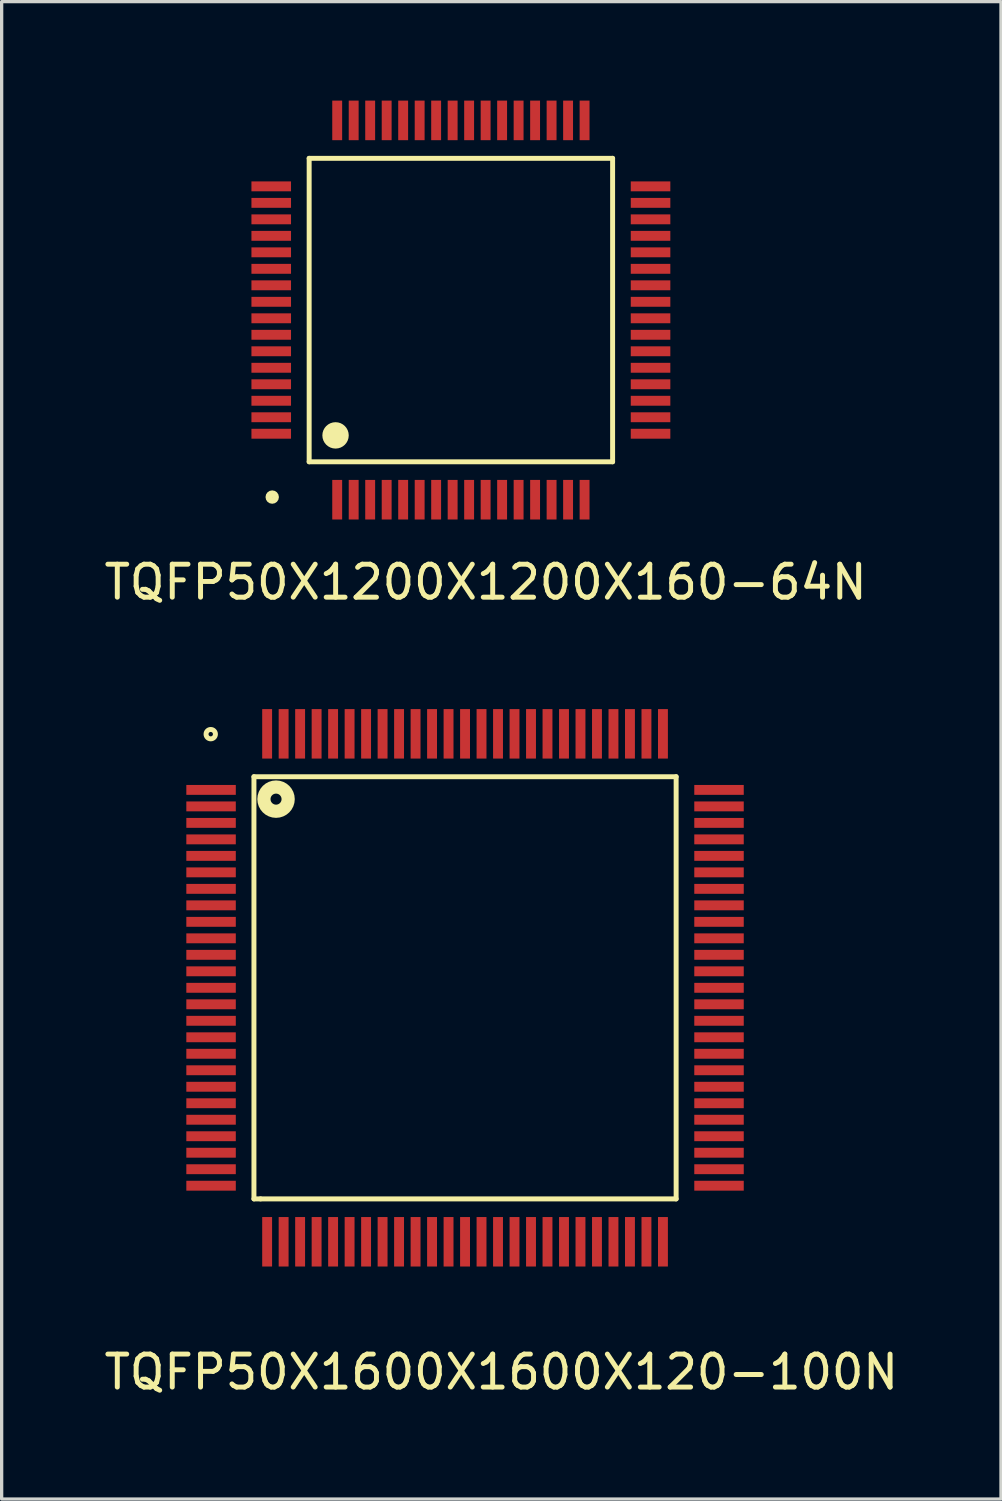
<source format=kicad_pcb>
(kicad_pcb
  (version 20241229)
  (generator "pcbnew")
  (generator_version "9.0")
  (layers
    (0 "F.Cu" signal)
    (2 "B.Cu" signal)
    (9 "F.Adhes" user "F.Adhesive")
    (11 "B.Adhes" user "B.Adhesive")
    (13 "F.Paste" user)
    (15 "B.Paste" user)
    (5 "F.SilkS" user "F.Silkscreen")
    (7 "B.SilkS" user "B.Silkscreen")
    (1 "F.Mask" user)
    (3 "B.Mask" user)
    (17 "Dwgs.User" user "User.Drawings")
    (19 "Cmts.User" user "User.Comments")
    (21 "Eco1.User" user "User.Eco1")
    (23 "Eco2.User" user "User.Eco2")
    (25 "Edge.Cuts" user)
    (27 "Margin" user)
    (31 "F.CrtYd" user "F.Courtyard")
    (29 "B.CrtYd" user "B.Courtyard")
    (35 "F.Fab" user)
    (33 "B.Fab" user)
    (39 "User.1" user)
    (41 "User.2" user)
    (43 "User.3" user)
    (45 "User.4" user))
  (footprint "TQFP50X1200X1200X160-64N"
    (layer "F.Cu")
    (at 10.923 6.35)
    (property "Reference" "TQFP50X1200X1200X160-64N" (at 0.75 8.25 0) (layer "F.SilkS") (effects (font (size 1 1) (thickness 0.15))))
    (attr through_hole)
    (fp_line (start -4.6 -4.6) (end -4.6 4.6) (stroke (width 0.15) (type solid)) (layer "F.SilkS"))
    (fp_line (start -4.6 4.6) (end 4.6 4.6) (stroke (width 0.15) (type solid)) (layer "F.SilkS"))
    (fp_line (start 4.6 -4.6) (end -4.6 -4.6) (stroke (width 0.15) (type solid)) (layer "F.SilkS"))
    (fp_line (start 4.6 4.6) (end 4.6 -4.6) (stroke (width 0.15) (type solid)) (layer "F.SilkS"))
    (fp_circle (center -5.72 5.67) (end -5.63 5.72) (stroke (width 0.2) (type solid)) (fill no) (layer "F.SilkS"))
    (fp_circle (center -3.8 3.8) (end -3.6 3.8) (stroke (width 0.4) (type solid)) (fill no) (layer "F.SilkS"))
    (pad "1" smd rect (at -3.75 5.75) (size 0.3 1.2) (layers "F.Cu" "F.Mask" "F.Paste"))
    (pad "2" smd rect (at -3.25 5.75) (size 0.3 1.2) (layers "F.Cu" "F.Mask" "F.Paste"))
    (pad "3" smd rect (at -2.75 5.75) (size 0.3 1.2) (layers "F.Cu" "F.Mask" "F.Paste"))
    (pad "4" smd rect (at -2.25 5.75) (size 0.3 1.2) (layers "F.Cu" "F.Mask" "F.Paste"))
    (pad "5" smd rect (at -1.75 5.75) (size 0.3 1.2) (layers "F.Cu" "F.Mask" "F.Paste"))
    (pad "6" smd rect (at -1.25 5.75) (size 0.3 1.2) (layers "F.Cu" "F.Mask" "F.Paste"))
    (pad "7" smd rect (at -0.75 5.75) (size 0.3 1.2) (layers "F.Cu" "F.Mask" "F.Paste"))
    (pad "8" smd rect (at -0.25 5.75) (size 0.3 1.2) (layers "F.Cu" "F.Mask" "F.Paste"))
    (pad "9" smd rect (at 0.25 5.75) (size 0.3 1.2) (layers "F.Cu" "F.Mask" "F.Paste"))
    (pad "10" smd rect (at 0.75 5.75) (size 0.3 1.2) (layers "F.Cu" "F.Mask" "F.Paste"))
    (pad "11" smd rect (at 1.25 5.75) (size 0.3 1.2) (layers "F.Cu" "F.Mask" "F.Paste"))
    (pad "12" smd rect (at 1.75 5.75) (size 0.3 1.2) (layers "F.Cu" "F.Mask" "F.Paste"))
    (pad "13" smd rect (at 2.25 5.75) (size 0.3 1.2) (layers "F.Cu" "F.Mask" "F.Paste"))
    (pad "14" smd rect (at 2.75 5.75) (size 0.3 1.2) (layers "F.Cu" "F.Mask" "F.Paste"))
    (pad "15" smd rect (at 3.25 5.75) (size 0.3 1.2) (layers "F.Cu" "F.Mask" "F.Paste"))
    (pad "16" smd rect (at 3.75 5.75) (size 0.3 1.2) (layers "F.Cu" "F.Mask" "F.Paste"))
    (pad "17" smd rect (at 5.75 3.75 90) (size 0.3 1.2) (layers "F.Cu" "F.Mask" "F.Paste"))
    (pad "18" smd rect (at 5.75 3.25 90) (size 0.3 1.2) (layers "F.Cu" "F.Mask" "F.Paste"))
    (pad "19" smd rect (at 5.75 2.75 90) (size 0.3 1.2) (layers "F.Cu" "F.Mask" "F.Paste"))
    (pad "20" smd rect (at 5.75 2.25 90) (size 0.3 1.2) (layers "F.Cu" "F.Mask" "F.Paste"))
    (pad "21" smd rect (at 5.75 1.75 90) (size 0.3 1.2) (layers "F.Cu" "F.Mask" "F.Paste"))
    (pad "22" smd rect (at 5.75 1.25 90) (size 0.3 1.2) (layers "F.Cu" "F.Mask" "F.Paste"))
    (pad "23" smd rect (at 5.75 0.75 90) (size 0.3 1.2) (layers "F.Cu" "F.Mask" "F.Paste"))
    (pad "24" smd rect (at 5.75 0.25 90) (size 0.3 1.2) (layers "F.Cu" "F.Mask" "F.Paste"))
    (pad "25" smd rect (at 5.75 -0.25 90) (size 0.3 1.2) (layers "F.Cu" "F.Mask" "F.Paste"))
    (pad "26" smd rect (at 5.75 -0.75 90) (size 0.3 1.2) (layers "F.Cu" "F.Mask" "F.Paste"))
    (pad "27" smd rect (at 5.75 -1.25 90) (size 0.3 1.2) (layers "F.Cu" "F.Mask" "F.Paste"))
    (pad "28" smd rect (at 5.75 -1.75 90) (size 0.3 1.2) (layers "F.Cu" "F.Mask" "F.Paste"))
    (pad "29" smd rect (at 5.75 -2.25 90) (size 0.3 1.2) (layers "F.Cu" "F.Mask" "F.Paste"))
    (pad "30" smd rect (at 5.75 -2.75 90) (size 0.3 1.2) (layers "F.Cu" "F.Mask" "F.Paste"))
    (pad "31" smd rect (at 5.75 -3.25 90) (size 0.3 1.2) (layers "F.Cu" "F.Mask" "F.Paste"))
    (pad "32" smd rect (at 5.75 -3.75 90) (size 0.3 1.2) (layers "F.Cu" "F.Mask" "F.Paste"))
    (pad "33" smd rect (at 3.75 -5.75) (size 0.3 1.2) (layers "F.Cu" "F.Mask" "F.Paste"))
    (pad "34" smd rect (at 3.25 -5.75) (size 0.3 1.2) (layers "F.Cu" "F.Mask" "F.Paste"))
    (pad "35" smd rect (at 2.75 -5.75) (size 0.3 1.2) (layers "F.Cu" "F.Mask" "F.Paste"))
    (pad "36" smd rect (at 2.25 -5.75) (size 0.3 1.2) (layers "F.Cu" "F.Mask" "F.Paste"))
    (pad "37" smd rect (at 1.75 -5.75) (size 0.3 1.2) (layers "F.Cu" "F.Mask" "F.Paste"))
    (pad "38" smd rect (at 1.25 -5.75) (size 0.3 1.2) (layers "F.Cu" "F.Mask" "F.Paste"))
    (pad "39" smd rect (at 0.75 -5.75) (size 0.3 1.2) (layers "F.Cu" "F.Mask" "F.Paste"))
    (pad "40" smd rect (at 0.25 -5.75) (size 0.3 1.2) (layers "F.Cu" "F.Mask" "F.Paste"))
    (pad "41" smd rect (at -0.25 -5.75) (size 0.3 1.2) (layers "F.Cu" "F.Mask" "F.Paste"))
    (pad "42" smd rect (at -0.75 -5.75) (size 0.3 1.2) (layers "F.Cu" "F.Mask" "F.Paste"))
    (pad "43" smd rect (at -1.25 -5.75) (size 0.3 1.2) (layers "F.Cu" "F.Mask" "F.Paste"))
    (pad "44" smd rect (at -1.75 -5.75) (size 0.3 1.2) (layers "F.Cu" "F.Mask" "F.Paste"))
    (pad "45" smd rect (at -2.25 -5.75) (size 0.3 1.2) (layers "F.Cu" "F.Mask" "F.Paste"))
    (pad "46" smd rect (at -2.75 -5.75) (size 0.3 1.2) (layers "F.Cu" "F.Mask" "F.Paste"))
    (pad "47" smd rect (at -3.25 -5.75) (size 0.3 1.2) (layers "F.Cu" "F.Mask" "F.Paste"))
    (pad "48" smd rect (at -3.75 -5.75) (size 0.3 1.2) (layers "F.Cu" "F.Mask" "F.Paste"))
    (pad "49" smd rect (at -5.75 -3.75 90) (size 0.3 1.2) (layers "F.Cu" "F.Mask" "F.Paste"))
    (pad "50" smd rect (at -5.75 -3.25 90) (size 0.3 1.2) (layers "F.Cu" "F.Mask" "F.Paste"))
    (pad "51" smd rect (at -5.75 -2.75 90) (size 0.3 1.2) (layers "F.Cu" "F.Mask" "F.Paste"))
    (pad "52" smd rect (at -5.75 -2.25 90) (size 0.3 1.2) (layers "F.Cu" "F.Mask" "F.Paste"))
    (pad "53" smd rect (at -5.75 -1.75 90) (size 0.3 1.2) (layers "F.Cu" "F.Mask" "F.Paste"))
    (pad "54" smd rect (at -5.75 -1.25 90) (size 0.3 1.2) (layers "F.Cu" "F.Mask" "F.Paste"))
    (pad "55" smd rect (at -5.75 -0.75 90) (size 0.3 1.2) (layers "F.Cu" "F.Mask" "F.Paste"))
    (pad "56" smd rect (at -5.75 -0.25 90) (size 0.3 1.2) (layers "F.Cu" "F.Mask" "F.Paste"))
    (pad "57" smd rect (at -5.75 0.25 90) (size 0.3 1.2) (layers "F.Cu" "F.Mask" "F.Paste"))
    (pad "58" smd rect (at -5.75 0.75 90) (size 0.3 1.2) (layers "F.Cu" "F.Mask" "F.Paste"))
    (pad "59" smd rect (at -5.75 1.25 90) (size 0.3 1.2) (layers "F.Cu" "F.Mask" "F.Paste"))
    (pad "60" smd rect (at -5.75 1.75 90) (size 0.3 1.2) (layers "F.Cu" "F.Mask" "F.Paste"))
    (pad "61" smd rect (at -5.75 2.25 90) (size 0.3 1.2) (layers "F.Cu" "F.Mask" "F.Paste"))
    (pad "62" smd rect (at -5.75 2.75 90) (size 0.3 1.2) (layers "F.Cu" "F.Mask" "F.Paste"))
    (pad "63" smd rect (at -5.75 3.25 90) (size 0.3 1.2) (layers "F.Cu" "F.Mask" "F.Paste"))
    (pad "64" smd rect (at -5.75 3.75 90) (size 0.3 1.2) (layers "F.Cu" "F.Mask" "F.Paste")))
  (footprint "TQFP50X1600X1600X120-100N"
    (layer "F.Cu")
    (at 11.049 26.898)
    (property "Reference" "TQFP50X1600X1600X120-100N" (at 1.1 11.65 0) (layer "F.SilkS") (effects (font (size 1 1) (thickness 0.15))))
    (attr through_hole)
    (fp_line (start -6.4 -6.4) (end -6.4 6.4) (stroke (width 0.15) (type solid)) (layer "F.SilkS"))
    (fp_line (start -6.4 6.4) (end -6.2 6.4) (stroke (width 0.15) (type solid)) (layer "F.SilkS"))
    (fp_line (start -6.2 6.4) (end 6.4 6.4) (stroke (width 0.15) (type solid)) (layer "F.SilkS"))
    (fp_line (start 6.4 -6.4) (end -6.4 -6.4) (stroke (width 0.15) (type solid)) (layer "F.SilkS"))
    (fp_line (start 6.4 6.4) (end 6.4 -6.4) (stroke (width 0.15) (type solid)) (layer "F.SilkS"))
    (fp_circle (center -7.71 -7.69) (end -7.65 -7.66) (stroke (width 0.15) (type solid)) (fill no) (layer "F.SilkS"))
    (fp_circle (center -5.73 -5.72) (end -5.57 -5.67) (stroke (width 0.4) (type solid)) (fill no) (layer "F.SilkS"))
    (pad "1" smd rect (at -7.7 -6 90) (size 0.3 1.5) (layers "F.Cu" "F.Mask" "F.Paste"))
    (pad "2" smd rect (at -7.7 -5.5 90) (size 0.3 1.5) (layers "F.Cu" "F.Mask" "F.Paste"))
    (pad "3" smd rect (at -7.7 -5 90) (size 0.3 1.5) (layers "F.Cu" "F.Mask" "F.Paste"))
    (pad "4" smd rect (at -7.7 -4.5 90) (size 0.3 1.5) (layers "F.Cu" "F.Mask" "F.Paste"))
    (pad "5" smd rect (at -7.7 -4 90) (size 0.3 1.5) (layers "F.Cu" "F.Mask" "F.Paste"))
    (pad "6" smd rect (at -7.7 -3.5 90) (size 0.3 1.5) (layers "F.Cu" "F.Mask" "F.Paste"))
    (pad "7" smd rect (at -7.7 -3 90) (size 0.3 1.5) (layers "F.Cu" "F.Mask" "F.Paste"))
    (pad "8" smd rect (at -7.7 -2.5 90) (size 0.3 1.5) (layers "F.Cu" "F.Mask" "F.Paste"))
    (pad "9" smd rect (at -7.7 -2 90) (size 0.3 1.5) (layers "F.Cu" "F.Mask" "F.Paste"))
    (pad "10" smd rect (at -7.7 -1.5 90) (size 0.3 1.5) (layers "F.Cu" "F.Mask" "F.Paste"))
    (pad "11" smd rect (at -7.7 -1 90) (size 0.3 1.5) (layers "F.Cu" "F.Mask" "F.Paste"))
    (pad "12" smd rect (at -7.7 -0.5 90) (size 0.3 1.5) (layers "F.Cu" "F.Mask" "F.Paste"))
    (pad "13" smd rect (at -7.7 0 90) (size 0.3 1.5) (layers "F.Cu" "F.Mask" "F.Paste"))
    (pad "14" smd rect (at -7.7 0.5 90) (size 0.3 1.5) (layers "F.Cu" "F.Mask" "F.Paste"))
    (pad "15" smd rect (at -7.7 1 90) (size 0.3 1.5) (layers "F.Cu" "F.Mask" "F.Paste"))
    (pad "16" smd rect (at -7.7 1.5 90) (size 0.3 1.5) (layers "F.Cu" "F.Mask" "F.Paste"))
    (pad "17" smd rect (at -7.7 2 90) (size 0.3 1.5) (layers "F.Cu" "F.Mask" "F.Paste"))
    (pad "18" smd rect (at -7.7 2.5 90) (size 0.3 1.5) (layers "F.Cu" "F.Mask" "F.Paste"))
    (pad "19" smd rect (at -7.7 3 90) (size 0.3 1.5) (layers "F.Cu" "F.Mask" "F.Paste"))
    (pad "20" smd rect (at -7.7 3.5 90) (size 0.3 1.5) (layers "F.Cu" "F.Mask" "F.Paste"))
    (pad "21" smd rect (at -7.7 4 90) (size 0.3 1.5) (layers "F.Cu" "F.Mask" "F.Paste"))
    (pad "22" smd rect (at -7.7 4.5 90) (size 0.3 1.5) (layers "F.Cu" "F.Mask" "F.Paste"))
    (pad "23" smd rect (at -7.7 5 90) (size 0.3 1.5) (layers "F.Cu" "F.Mask" "F.Paste"))
    (pad "24" smd rect (at -7.7 5.5 90) (size 0.3 1.5) (layers "F.Cu" "F.Mask" "F.Paste"))
    (pad "25" smd rect (at -7.7 6 90) (size 0.3 1.5) (layers "F.Cu" "F.Mask" "F.Paste"))
    (pad "26" smd rect (at -6 7.7) (size 0.3 1.5) (layers "F.Cu" "F.Mask" "F.Paste"))
    (pad "27" smd rect (at -5.5 7.7) (size 0.3 1.5) (layers "F.Cu" "F.Mask" "F.Paste"))
    (pad "28" smd rect (at -5 7.7) (size 0.3 1.5) (layers "F.Cu" "F.Mask" "F.Paste"))
    (pad "29" smd rect (at -4.5 7.7) (size 0.3 1.5) (layers "F.Cu" "F.Mask" "F.Paste"))
    (pad "30" smd rect (at -4 7.7) (size 0.3 1.5) (layers "F.Cu" "F.Mask" "F.Paste"))
    (pad "31" smd rect (at -3.5 7.7) (size 0.3 1.5) (layers "F.Cu" "F.Mask" "F.Paste"))
    (pad "32" smd rect (at -3 7.7) (size 0.3 1.5) (layers "F.Cu" "F.Mask" "F.Paste"))
    (pad "33" smd rect (at -2.5 7.7) (size 0.3 1.5) (layers "F.Cu" "F.Mask" "F.Paste"))
    (pad "34" smd rect (at -2 7.7) (size 0.3 1.5) (layers "F.Cu" "F.Mask" "F.Paste"))
    (pad "35" smd rect (at -1.5 7.7) (size 0.3 1.5) (layers "F.Cu" "F.Mask" "F.Paste"))
    (pad "36" smd rect (at -1 7.7) (size 0.3 1.5) (layers "F.Cu" "F.Mask" "F.Paste"))
    (pad "37" smd rect (at -0.5 7.7) (size 0.3 1.5) (layers "F.Cu" "F.Mask" "F.Paste"))
    (pad "38" smd rect (at 0 7.7) (size 0.3 1.5) (layers "F.Cu" "F.Mask" "F.Paste"))
    (pad "39" smd rect (at 0.5 7.7) (size 0.3 1.5) (layers "F.Cu" "F.Mask" "F.Paste"))
    (pad "40" smd rect (at 1 7.7) (size 0.3 1.5) (layers "F.Cu" "F.Mask" "F.Paste"))
    (pad "41" smd rect (at 1.5 7.7) (size 0.3 1.5) (layers "F.Cu" "F.Mask" "F.Paste"))
    (pad "42" smd rect (at 2 7.7) (size 0.3 1.5) (layers "F.Cu" "F.Mask" "F.Paste"))
    (pad "43" smd rect (at 2.5 7.7) (size 0.3 1.5) (layers "F.Cu" "F.Mask" "F.Paste"))
    (pad "44" smd rect (at 3 7.7) (size 0.3 1.5) (layers "F.Cu" "F.Mask" "F.Paste"))
    (pad "45" smd rect (at 3.5 7.7) (size 0.3 1.5) (layers "F.Cu" "F.Mask" "F.Paste"))
    (pad "46" smd rect (at 4 7.7) (size 0.3 1.5) (layers "F.Cu" "F.Mask" "F.Paste"))
    (pad "47" smd rect (at 4.5 7.7) (size 0.3 1.5) (layers "F.Cu" "F.Mask" "F.Paste"))
    (pad "48" smd rect (at 5 7.7) (size 0.3 1.5) (layers "F.Cu" "F.Mask" "F.Paste"))
    (pad "49" smd rect (at 5.5 7.7) (size 0.3 1.5) (layers "F.Cu" "F.Mask" "F.Paste"))
    (pad "50" smd rect (at 6 7.7) (size 0.3 1.5) (layers "F.Cu" "F.Mask" "F.Paste"))
    (pad "51" smd rect (at 7.7 6 90) (size 0.3 1.5) (layers "F.Cu" "F.Mask" "F.Paste"))
    (pad "52" smd rect (at 7.7 5.5 90) (size 0.3 1.5) (layers "F.Cu" "F.Mask" "F.Paste"))
    (pad "53" smd rect (at 7.7 5 90) (size 0.3 1.5) (layers "F.Cu" "F.Mask" "F.Paste"))
    (pad "54" smd rect (at 7.7 4.5 90) (size 0.3 1.5) (layers "F.Cu" "F.Mask" "F.Paste"))
    (pad "55" smd rect (at 7.7 4 90) (size 0.3 1.5) (layers "F.Cu" "F.Mask" "F.Paste"))
    (pad "56" smd rect (at 7.7 3.5 90) (size 0.3 1.5) (layers "F.Cu" "F.Mask" "F.Paste"))
    (pad "57" smd rect (at 7.7 3 90) (size 0.3 1.5) (layers "F.Cu" "F.Mask" "F.Paste"))
    (pad "58" smd rect (at 7.7 2.5 90) (size 0.3 1.5) (layers "F.Cu" "F.Mask" "F.Paste"))
    (pad "59" smd rect (at 7.7 2 90) (size 0.3 1.5) (layers "F.Cu" "F.Mask" "F.Paste"))
    (pad "60" smd rect (at 7.7 1.5 90) (size 0.3 1.5) (layers "F.Cu" "F.Mask" "F.Paste"))
    (pad "61" smd rect (at 7.7 1 90) (size 0.3 1.5) (layers "F.Cu" "F.Mask" "F.Paste"))
    (pad "62" smd rect (at 7.7 0.5 90) (size 0.3 1.5) (layers "F.Cu" "F.Mask" "F.Paste"))
    (pad "63" smd rect (at 7.7 0 90) (size 0.3 1.5) (layers "F.Cu" "F.Mask" "F.Paste"))
    (pad "64" smd rect (at 7.7 -0.5 90) (size 0.3 1.5) (layers "F.Cu" "F.Mask" "F.Paste"))
    (pad "65" smd rect (at 7.7 -1 90) (size 0.3 1.5) (layers "F.Cu" "F.Mask" "F.Paste"))
    (pad "66" smd rect (at 7.7 -1.5 90) (size 0.3 1.5) (layers "F.Cu" "F.Mask" "F.Paste"))
    (pad "67" smd rect (at 7.7 -2 90) (size 0.3 1.5) (layers "F.Cu" "F.Mask" "F.Paste"))
    (pad "68" smd rect (at 7.7 -2.5 90) (size 0.3 1.5) (layers "F.Cu" "F.Mask" "F.Paste"))
    (pad "69" smd rect (at 7.7 -3 90) (size 0.3 1.5) (layers "F.Cu" "F.Mask" "F.Paste"))
    (pad "70" smd rect (at 7.7 -3.5 90) (size 0.3 1.5) (layers "F.Cu" "F.Mask" "F.Paste"))
    (pad "71" smd rect (at 7.7 -4 90) (size 0.3 1.5) (layers "F.Cu" "F.Mask" "F.Paste"))
    (pad "72" smd rect (at 7.7 -4.5 90) (size 0.3 1.5) (layers "F.Cu" "F.Mask" "F.Paste"))
    (pad "73" smd rect (at 7.7 -5 90) (size 0.3 1.5) (layers "F.Cu" "F.Mask" "F.Paste"))
    (pad "74" smd rect (at 7.7 -5.5 90) (size 0.3 1.5) (layers "F.Cu" "F.Mask" "F.Paste"))
    (pad "75" smd rect (at 7.7 -6 90) (size 0.3 1.5) (layers "F.Cu" "F.Mask" "F.Paste"))
    (pad "76" smd rect (at 6 -7.7) (size 0.3 1.5) (layers "F.Cu" "F.Mask" "F.Paste"))
    (pad "77" smd rect (at 5.5 -7.7) (size 0.3 1.5) (layers "F.Cu" "F.Mask" "F.Paste"))
    (pad "78" smd rect (at 5 -7.7) (size 0.3 1.5) (layers "F.Cu" "F.Mask" "F.Paste"))
    (pad "79" smd rect (at 4.5 -7.7) (size 0.3 1.5) (layers "F.Cu" "F.Mask" "F.Paste"))
    (pad "80" smd rect (at 4 -7.7) (size 0.3 1.5) (layers "F.Cu" "F.Mask" "F.Paste"))
    (pad "81" smd rect (at 3.5 -7.7) (size 0.3 1.5) (layers "F.Cu" "F.Mask" "F.Paste"))
    (pad "82" smd rect (at 3 -7.7) (size 0.3 1.5) (layers "F.Cu" "F.Mask" "F.Paste"))
    (pad "83" smd rect (at 2.5 -7.7) (size 0.3 1.5) (layers "F.Cu" "F.Mask" "F.Paste"))
    (pad "84" smd rect (at 2 -7.7) (size 0.3 1.5) (layers "F.Cu" "F.Mask" "F.Paste"))
    (pad "85" smd rect (at 1.5 -7.7) (size 0.3 1.5) (layers "F.Cu" "F.Mask" "F.Paste"))
    (pad "86" smd rect (at 1 -7.7) (size 0.3 1.5) (layers "F.Cu" "F.Mask" "F.Paste"))
    (pad "87" smd rect (at 0.5 -7.7) (size 0.3 1.5) (layers "F.Cu" "F.Mask" "F.Paste"))
    (pad "88" smd rect (at 0 -7.7) (size 0.3 1.5) (layers "F.Cu" "F.Mask" "F.Paste"))
    (pad "89" smd rect (at -0.5 -7.7) (size 0.3 1.5) (layers "F.Cu" "F.Mask" "F.Paste"))
    (pad "90" smd rect (at -1 -7.7) (size 0.3 1.5) (layers "F.Cu" "F.Mask" "F.Paste"))
    (pad "91" smd rect (at -1.5 -7.7) (size 0.3 1.5) (layers "F.Cu" "F.Mask" "F.Paste"))
    (pad "92" smd rect (at -2 -7.7) (size 0.3 1.5) (layers "F.Cu" "F.Mask" "F.Paste"))
    (pad "93" smd rect (at -2.5 -7.7) (size 0.3 1.5) (layers "F.Cu" "F.Mask" "F.Paste"))
    (pad "94" smd rect (at -3 -7.7) (size 0.3 1.5) (layers "F.Cu" "F.Mask" "F.Paste"))
    (pad "95" smd rect (at -3.5 -7.7) (size 0.3 1.5) (layers "F.Cu" "F.Mask" "F.Paste"))
    (pad "96" smd rect (at -4 -7.7) (size 0.3 1.5) (layers "F.Cu" "F.Mask" "F.Paste"))
    (pad "97" smd rect (at -4.5 -7.7) (size 0.3 1.5) (layers "F.Cu" "F.Mask" "F.Paste"))
    (pad "98" smd rect (at -5 -7.7) (size 0.3 1.5) (layers "F.Cu" "F.Mask" "F.Paste"))
    (pad "99" smd rect (at -5.5 -7.7) (size 0.3 1.5) (layers "F.Cu" "F.Mask" "F.Paste"))
    (pad "100" smd rect (at -6 -7.7) (size 0.3 1.5) (layers "F.Cu" "F.Mask" "F.Paste")))
  (gr_rect
    (start -3 -3)
    (end 27.298 42.397)
    (stroke (width 0.1) (type default))
    (fill no)
    (layer "Edge.Cuts")))
</source>
